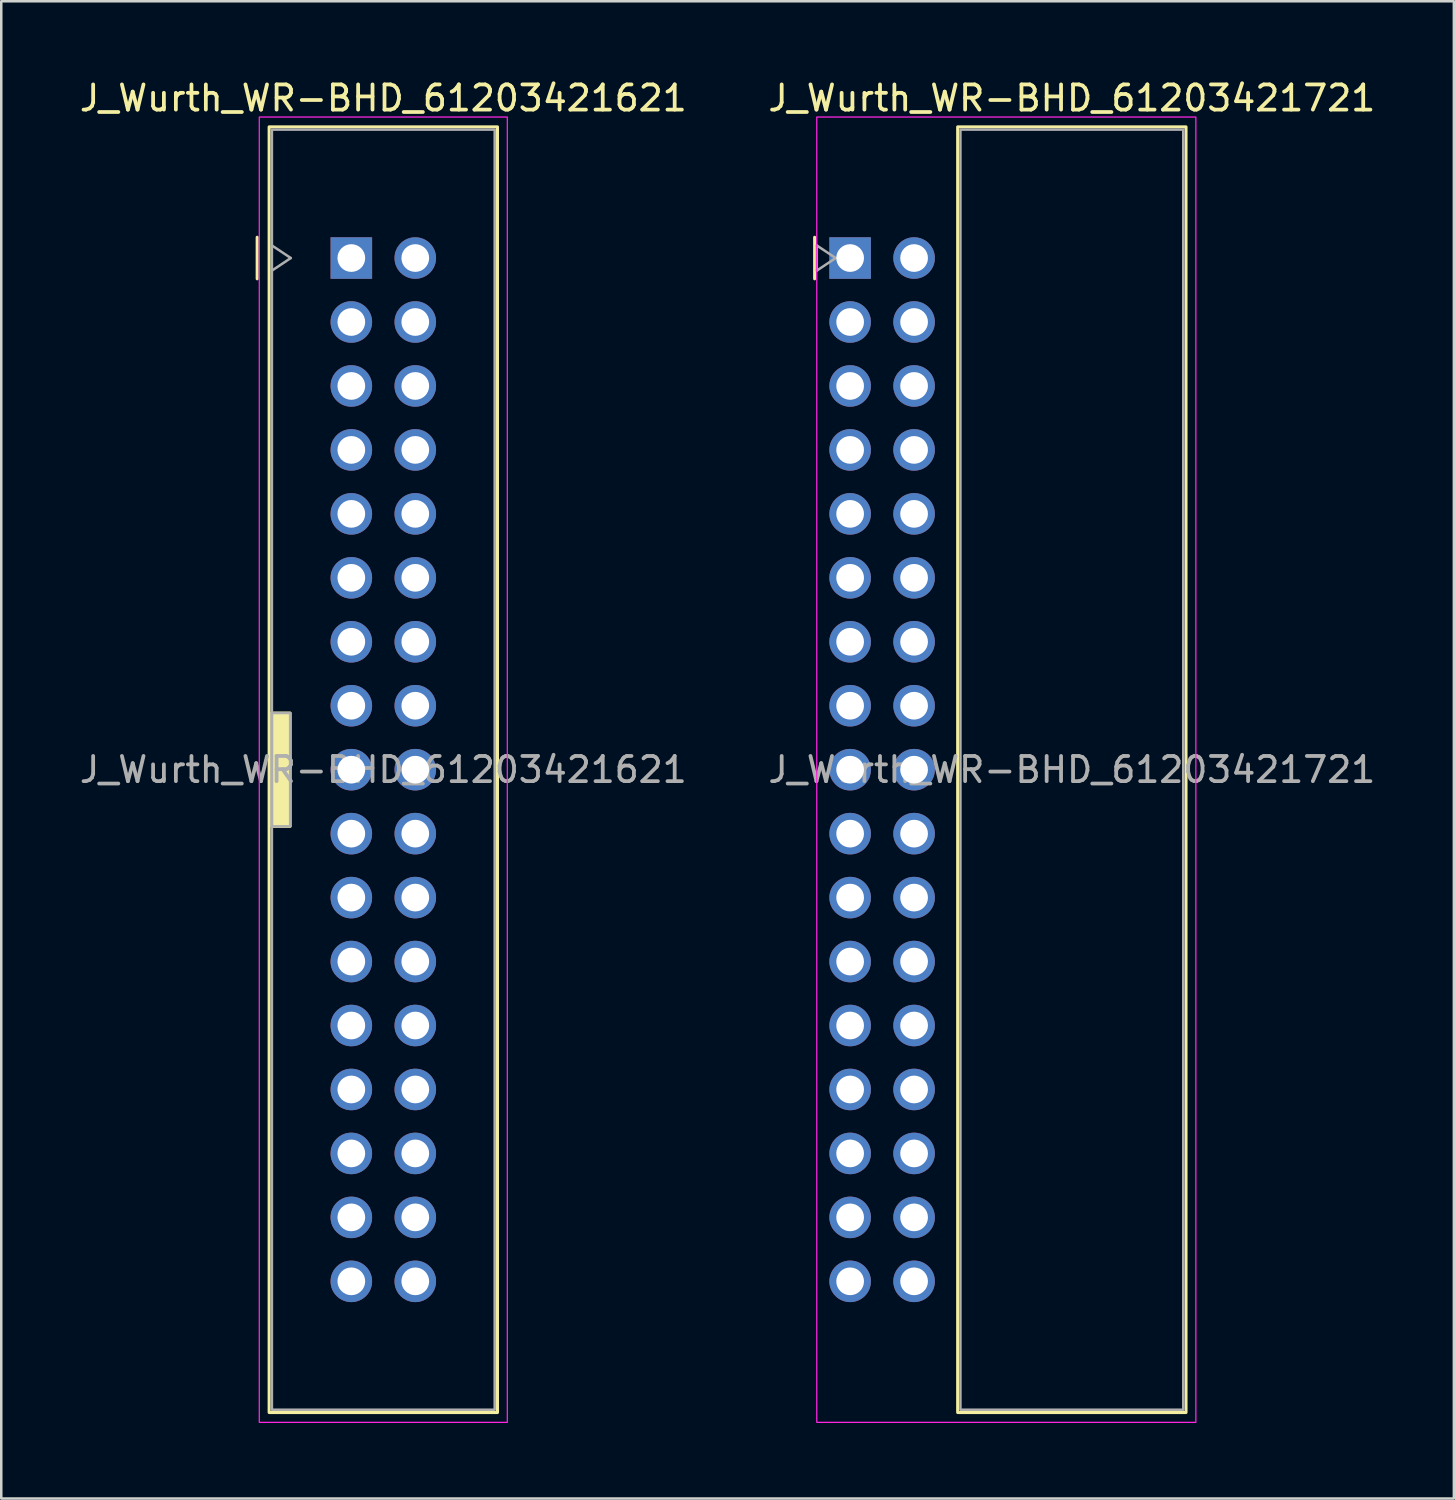
<source format=kicad_pcb>
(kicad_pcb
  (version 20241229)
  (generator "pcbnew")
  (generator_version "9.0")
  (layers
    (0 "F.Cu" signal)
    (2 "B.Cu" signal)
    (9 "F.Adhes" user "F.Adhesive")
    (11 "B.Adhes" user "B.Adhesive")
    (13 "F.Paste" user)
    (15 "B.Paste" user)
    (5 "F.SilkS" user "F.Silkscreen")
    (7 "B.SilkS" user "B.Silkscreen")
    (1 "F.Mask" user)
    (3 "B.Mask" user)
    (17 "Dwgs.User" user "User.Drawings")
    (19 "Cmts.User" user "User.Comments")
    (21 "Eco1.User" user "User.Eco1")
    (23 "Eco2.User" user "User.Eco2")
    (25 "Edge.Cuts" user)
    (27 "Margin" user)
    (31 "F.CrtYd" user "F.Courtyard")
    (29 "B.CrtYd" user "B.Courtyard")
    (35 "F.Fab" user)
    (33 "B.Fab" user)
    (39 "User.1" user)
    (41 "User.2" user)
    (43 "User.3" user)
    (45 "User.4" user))
  (footprint "J_Wurth_WR-BHD_61203421721"
    (layer "F.Cu")
    (at 30.713 7.198)
    (property "Reference" "J_Wurth_WR-BHD_61203421721" (at 8.805 -6.35 0) (unlocked yes) (layer "F.SilkS") (effects (font (size 1 1) (thickness 0.15))))
    (attr through_hole)
    (fp_line (start -1.41 0.825) (end -1.41 -0.825) (stroke (width 0.12) (type solid)) (layer "F.SilkS"))
    (fp_rect (start 4.27 -5.21) (end 13.34 45.85) (stroke (width 0.12) (type solid)) (fill no) (layer "F.SilkS"))
    (fp_rect (start -1.325 -5.6) (end 13.73 46.24) (stroke (width 0.05) (type solid)) (fill no) (layer "F.CrtYd"))
    (fp_line (start -1.325 0.5) (end -1.325 -0.5) (stroke (width 0.1) (type default)) (layer "F.Fab"))
    (fp_line (start -0.575 0) (end -1.325 -0.5) (stroke (width 0.1) (type solid)) (layer "F.Fab"))
    (fp_line (start -0.575 0) (end -1.325 0.5) (stroke (width 0.1) (type solid)) (layer "F.Fab"))
    (fp_rect (start 4.38 -5.1) (end 13.23 45.74) (stroke (width 0.1) (type solid)) (fill no) (layer "F.Fab"))
    (fp_text user "${REFERENCE}" (at 8.805 20.32 0) (unlocked yes) (layer "F.Fab") (effects (font (size 1 1) (thickness 0.15))))
    (pad "1" thru_hole rect (at 0 0 90) (size 1.65 1.65) (drill 1.1) (layers "*.Cu" "*.Mask"))
    (pad "2" thru_hole circle (at 2.54 0 90) (size 1.65 1.65) (drill 1.1) (layers "*.Cu" "*.Mask"))
    (pad "3" thru_hole circle (at 0 2.54 90) (size 1.65 1.65) (drill 1.1) (layers "*.Cu" "*.Mask"))
    (pad "4" thru_hole circle (at 2.54 2.54 90) (size 1.65 1.65) (drill 1.1) (layers "*.Cu" "*.Mask"))
    (pad "5" thru_hole circle (at 0 5.08 90) (size 1.65 1.65) (drill 1.1) (layers "*.Cu" "*.Mask"))
    (pad "6" thru_hole circle (at 2.54 5.08 90) (size 1.65 1.65) (drill 1.1) (layers "*.Cu" "*.Mask"))
    (pad "7" thru_hole circle (at 0 7.62 90) (size 1.65 1.65) (drill 1.1) (layers "*.Cu" "*.Mask"))
    (pad "8" thru_hole circle (at 2.54 7.62 90) (size 1.65 1.65) (drill 1.1) (layers "*.Cu" "*.Mask"))
    (pad "9" thru_hole circle (at 0 10.16 90) (size 1.65 1.65) (drill 1.1) (layers "*.Cu" "*.Mask"))
    (pad "10" thru_hole circle (at 2.54 10.16 90) (size 1.65 1.65) (drill 1.1) (layers "*.Cu" "*.Mask"))
    (pad "11" thru_hole circle (at 0 12.7 90) (size 1.65 1.65) (drill 1.1) (layers "*.Cu" "*.Mask"))
    (pad "12" thru_hole circle (at 2.54 12.7 90) (size 1.65 1.65) (drill 1.1) (layers "*.Cu" "*.Mask"))
    (pad "13" thru_hole circle (at 0 15.24 90) (size 1.65 1.65) (drill 1.1) (layers "*.Cu" "*.Mask"))
    (pad "14" thru_hole circle (at 2.54 15.24 90) (size 1.65 1.65) (drill 1.1) (layers "*.Cu" "*.Mask"))
    (pad "15" thru_hole circle (at 0 17.78 90) (size 1.65 1.65) (drill 1.1) (layers "*.Cu" "*.Mask"))
    (pad "16" thru_hole circle (at 2.54 17.78 90) (size 1.65 1.65) (drill 1.1) (layers "*.Cu" "*.Mask"))
    (pad "17" thru_hole circle (at 0 20.32 90) (size 1.65 1.65) (drill 1.1) (layers "*.Cu" "*.Mask"))
    (pad "18" thru_hole circle (at 2.54 20.32 90) (size 1.65 1.65) (drill 1.1) (layers "*.Cu" "*.Mask"))
    (pad "19" thru_hole circle (at 0 22.86 90) (size 1.65 1.65) (drill 1.1) (layers "*.Cu" "*.Mask"))
    (pad "20" thru_hole circle (at 2.54 22.86 90) (size 1.65 1.65) (drill 1.1) (layers "*.Cu" "*.Mask"))
    (pad "21" thru_hole circle (at 0 25.4 90) (size 1.65 1.65) (drill 1.1) (layers "*.Cu" "*.Mask"))
    (pad "22" thru_hole circle (at 2.54 25.4 90) (size 1.65 1.65) (drill 1.1) (layers "*.Cu" "*.Mask"))
    (pad "23" thru_hole circle (at 0 27.94 90) (size 1.65 1.65) (drill 1.1) (layers "*.Cu" "*.Mask"))
    (pad "24" thru_hole circle (at 2.54 27.94 90) (size 1.65 1.65) (drill 1.1) (layers "*.Cu" "*.Mask"))
    (pad "25" thru_hole circle (at 0 30.48 90) (size 1.65 1.65) (drill 1.1) (layers "*.Cu" "*.Mask"))
    (pad "26" thru_hole circle (at 2.54 30.48 90) (size 1.65 1.65) (drill 1.1) (layers "*.Cu" "*.Mask"))
    (pad "27" thru_hole circle (at 0 33.02 90) (size 1.65 1.65) (drill 1.1) (layers "*.Cu" "*.Mask"))
    (pad "28" thru_hole circle (at 2.54 33.02 90) (size 1.65 1.65) (drill 1.1) (layers "*.Cu" "*.Mask"))
    (pad "29" thru_hole circle (at 0 35.56 90) (size 1.65 1.65) (drill 1.1) (layers "*.Cu" "*.Mask"))
    (pad "30" thru_hole circle (at 2.54 35.56 90) (size 1.65 1.65) (drill 1.1) (layers "*.Cu" "*.Mask"))
    (pad "31" thru_hole circle (at 0 38.1 90) (size 1.65 1.65) (drill 1.1) (layers "*.Cu" "*.Mask"))
    (pad "32" thru_hole circle (at 2.54 38.1 90) (size 1.65 1.65) (drill 1.1) (layers "*.Cu" "*.Mask"))
    (pad "33" thru_hole circle (at 0 40.64 90) (size 1.65 1.65) (drill 1.1) (layers "*.Cu" "*.Mask"))
    (pad "34" thru_hole circle (at 2.54 40.64 90) (size 1.65 1.65) (drill 1.1) (layers "*.Cu" "*.Mask")))
  (footprint "J_Wurth_WR-BHD_61203421621"
    (layer "F.Cu")
    (at 10.903 7.198)
    (property "Reference" "J_Wurth_WR-BHD_61203421621" (at 1.27 -6.35 0) (unlocked yes) (layer "F.SilkS") (effects (font (size 1 1) (thickness 0.15))))
    (attr through_hole)
    (fp_line (start -3.74 -0.825) (end -3.74 0.825) (stroke (width 0.12) (type solid)) (layer "F.SilkS"))
    (fp_rect (start -3.265 -5.21) (end 5.805 45.85) (stroke (width 0.12) (type solid)) (fill no) (layer "F.SilkS"))
    (fp_rect (start -3.155 18.07) (end -2.43 22.57) (stroke (width 0.12) (type solid)) (fill yes) (layer "F.SilkS"))
    (fp_rect (start -3.655 -5.6) (end 6.195 46.24) (stroke (width 0.05) (type solid)) (fill no) (layer "F.CrtYd"))
    (fp_line (start -2.405 0) (end -3.155 -0.5) (stroke (width 0.1) (type solid)) (layer "F.Fab"))
    (fp_line (start -2.405 0) (end -3.155 0.5) (stroke (width 0.1) (type solid)) (layer "F.Fab"))
    (fp_rect (start -3.155 18.07) (end -2.43 22.57) (stroke (width 0.1) (type solid)) (fill no) (layer "F.Fab"))
    (fp_rect (start -3.155 -5.1) (end 5.695 45.74) (stroke (width 0.1) (type solid)) (fill no) (layer "F.Fab"))
    (fp_text user "${REFERENCE}" (at 1.27 20.32 0) (unlocked yes) (layer "F.Fab") (effects (font (size 1 1) (thickness 0.15))))
    (pad "1" thru_hole rect (at 0 0 270) (size 1.65 1.65) (drill 1.1) (layers "*.Cu" "*.Mask"))
    (pad "2" thru_hole circle (at 2.54 0 270) (size 1.65 1.65) (drill 1.1) (layers "*.Cu" "*.Mask"))
    (pad "3" thru_hole circle (at 0 2.54 270) (size 1.65 1.65) (drill 1.1) (layers "*.Cu" "*.Mask"))
    (pad "4" thru_hole circle (at 2.54 2.54 270) (size 1.65 1.65) (drill 1.1) (layers "*.Cu" "*.Mask"))
    (pad "5" thru_hole circle (at 0 5.08 270) (size 1.65 1.65) (drill 1.1) (layers "*.Cu" "*.Mask"))
    (pad "6" thru_hole circle (at 2.54 5.08 270) (size 1.65 1.65) (drill 1.1) (layers "*.Cu" "*.Mask"))
    (pad "7" thru_hole circle (at 0 7.62 270) (size 1.65 1.65) (drill 1.1) (layers "*.Cu" "*.Mask"))
    (pad "8" thru_hole circle (at 2.54 7.62 270) (size 1.65 1.65) (drill 1.1) (layers "*.Cu" "*.Mask"))
    (pad "9" thru_hole circle (at 0 10.16 270) (size 1.65 1.65) (drill 1.1) (layers "*.Cu" "*.Mask"))
    (pad "10" thru_hole circle (at 2.54 10.16 270) (size 1.65 1.65) (drill 1.1) (layers "*.Cu" "*.Mask"))
    (pad "11" thru_hole circle (at 0 12.7 270) (size 1.65 1.65) (drill 1.1) (layers "*.Cu" "*.Mask"))
    (pad "12" thru_hole circle (at 2.54 12.7 270) (size 1.65 1.65) (drill 1.1) (layers "*.Cu" "*.Mask"))
    (pad "13" thru_hole circle (at 0 15.24 270) (size 1.65 1.65) (drill 1.1) (layers "*.Cu" "*.Mask"))
    (pad "14" thru_hole circle (at 2.54 15.24 270) (size 1.65 1.65) (drill 1.1) (layers "*.Cu" "*.Mask"))
    (pad "15" thru_hole circle (at 0 17.78 270) (size 1.65 1.65) (drill 1.1) (layers "*.Cu" "*.Mask"))
    (pad "16" thru_hole circle (at 2.54 17.78 270) (size 1.65 1.65) (drill 1.1) (layers "*.Cu" "*.Mask"))
    (pad "17" thru_hole circle (at 0 20.32 270) (size 1.65 1.65) (drill 1.1) (layers "*.Cu" "*.Mask"))
    (pad "18" thru_hole circle (at 2.54 20.32 270) (size 1.65 1.65) (drill 1.1) (layers "*.Cu" "*.Mask"))
    (pad "19" thru_hole circle (at 0 22.86 270) (size 1.65 1.65) (drill 1.1) (layers "*.Cu" "*.Mask"))
    (pad "20" thru_hole circle (at 2.54 22.86 270) (size 1.65 1.65) (drill 1.1) (layers "*.Cu" "*.Mask"))
    (pad "21" thru_hole circle (at 0 25.4 270) (size 1.65 1.65) (drill 1.1) (layers "*.Cu" "*.Mask"))
    (pad "22" thru_hole circle (at 2.54 25.4 270) (size 1.65 1.65) (drill 1.1) (layers "*.Cu" "*.Mask"))
    (pad "23" thru_hole circle (at 0 27.94 270) (size 1.65 1.65) (drill 1.1) (layers "*.Cu" "*.Mask"))
    (pad "24" thru_hole circle (at 2.54 27.94 270) (size 1.65 1.65) (drill 1.1) (layers "*.Cu" "*.Mask"))
    (pad "25" thru_hole circle (at 0 30.48 270) (size 1.65 1.65) (drill 1.1) (layers "*.Cu" "*.Mask"))
    (pad "26" thru_hole circle (at 2.54 30.48 270) (size 1.65 1.65) (drill 1.1) (layers "*.Cu" "*.Mask"))
    (pad "27" thru_hole circle (at 0 33.02 270) (size 1.65 1.65) (drill 1.1) (layers "*.Cu" "*.Mask"))
    (pad "28" thru_hole circle (at 2.54 33.02 270) (size 1.65 1.65) (drill 1.1) (layers "*.Cu" "*.Mask"))
    (pad "29" thru_hole circle (at 0 35.56 270) (size 1.65 1.65) (drill 1.1) (layers "*.Cu" "*.Mask"))
    (pad "30" thru_hole circle (at 2.54 35.56 270) (size 1.65 1.65) (drill 1.1) (layers "*.Cu" "*.Mask"))
    (pad "31" thru_hole circle (at 0 38.1 270) (size 1.65 1.65) (drill 1.1) (layers "*.Cu" "*.Mask"))
    (pad "32" thru_hole circle (at 2.54 38.1 270) (size 1.65 1.65) (drill 1.1) (layers "*.Cu" "*.Mask"))
    (pad "33" thru_hole circle (at 0 40.64 270) (size 1.65 1.65) (drill 1.1) (layers "*.Cu" "*.Mask"))
    (pad "34" thru_hole circle (at 2.54 40.64 270) (size 1.65 1.65) (drill 1.1) (layers "*.Cu" "*.Mask")))
  (gr_rect
    (start -3 -3)
    (end 54.69 56.463)
    (stroke (width 0.1) (type default))
    (fill no)
    (layer "Edge.Cuts")))
</source>
